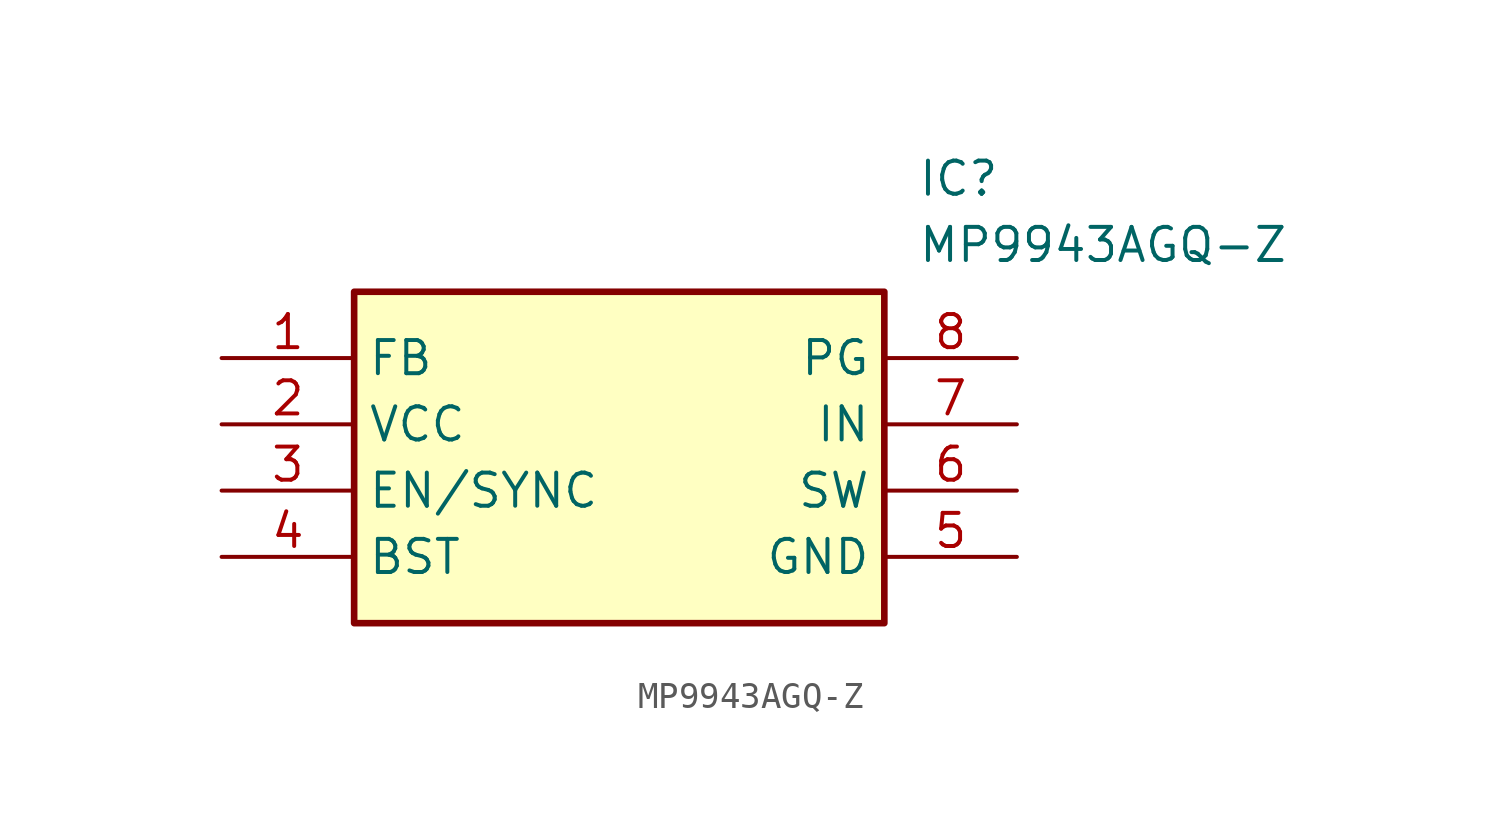
<source format=kicad_sym>
(kicad_symbol_lib
  (version 20211014)
  (generator SamacSys_ECAD_Model)
  (symbol "MP9943AGQ-Z"
    (property "Reference" "IC"
      (at 26.67 7.62 0)
      (effects (font (size 1.27 1.27)) (justify left top)))
    (property "Value" "MP9943AGQ-Z"
      (at 26.67 5.08 0)
      (effects (font (size 1.27 1.27)) (justify left top)))
    (rectangle
      (start 5.08 2.54)
      (end 25.4 -10.16)
      (stroke (width 0.254) (type default))
      (fill (type background)))
    (pin passive line
      (at 0 0 0)
      (length 5.08)
      (name "FB" (effects (font (size 1.27 1.27))))
      (number "1" (effects (font (size 1.27 1.27)))))
    (pin passive line
      (at 0 -2.54 0)
      (length 5.08)
      (name "VCC" (effects (font (size 1.27 1.27))))
      (number "2" (effects (font (size 1.27 1.27)))))
    (pin passive line
      (at 0 -5.08 0)
      (length 5.08)
      (name "EN/SYNC" (effects (font (size 1.27 1.27))))
      (number "3" (effects (font (size 1.27 1.27)))))
    (pin passive line
      (at 0 -7.62 0)
      (length 5.08)
      (name "BST" (effects (font (size 1.27 1.27))))
      (number "4" (effects (font (size 1.27 1.27)))))
    (pin passive line
      (at 30.48 0 180)
      (length 5.08)
      (name "PG" (effects (font (size 1.27 1.27))))
      (number "8" (effects (font (size 1.27 1.27)))))
    (pin passive line
      (at 30.48 -2.54 180)
      (length 5.08)
      (name "IN" (effects (font (size 1.27 1.27))))
      (number "7" (effects (font (size 1.27 1.27)))))
    (pin passive line
      (at 30.48 -5.08 180)
      (length 5.08)
      (name "SW" (effects (font (size 1.27 1.27))))
      (number "6" (effects (font (size 1.27 1.27)))))
    (pin passive line
      (at 30.48 -7.62 180)
      (length 5.08)
      (name "GND" (effects (font (size 1.27 1.27))))
      (number "5" (effects (font (size 1.27 1.27)))))))
</source>
